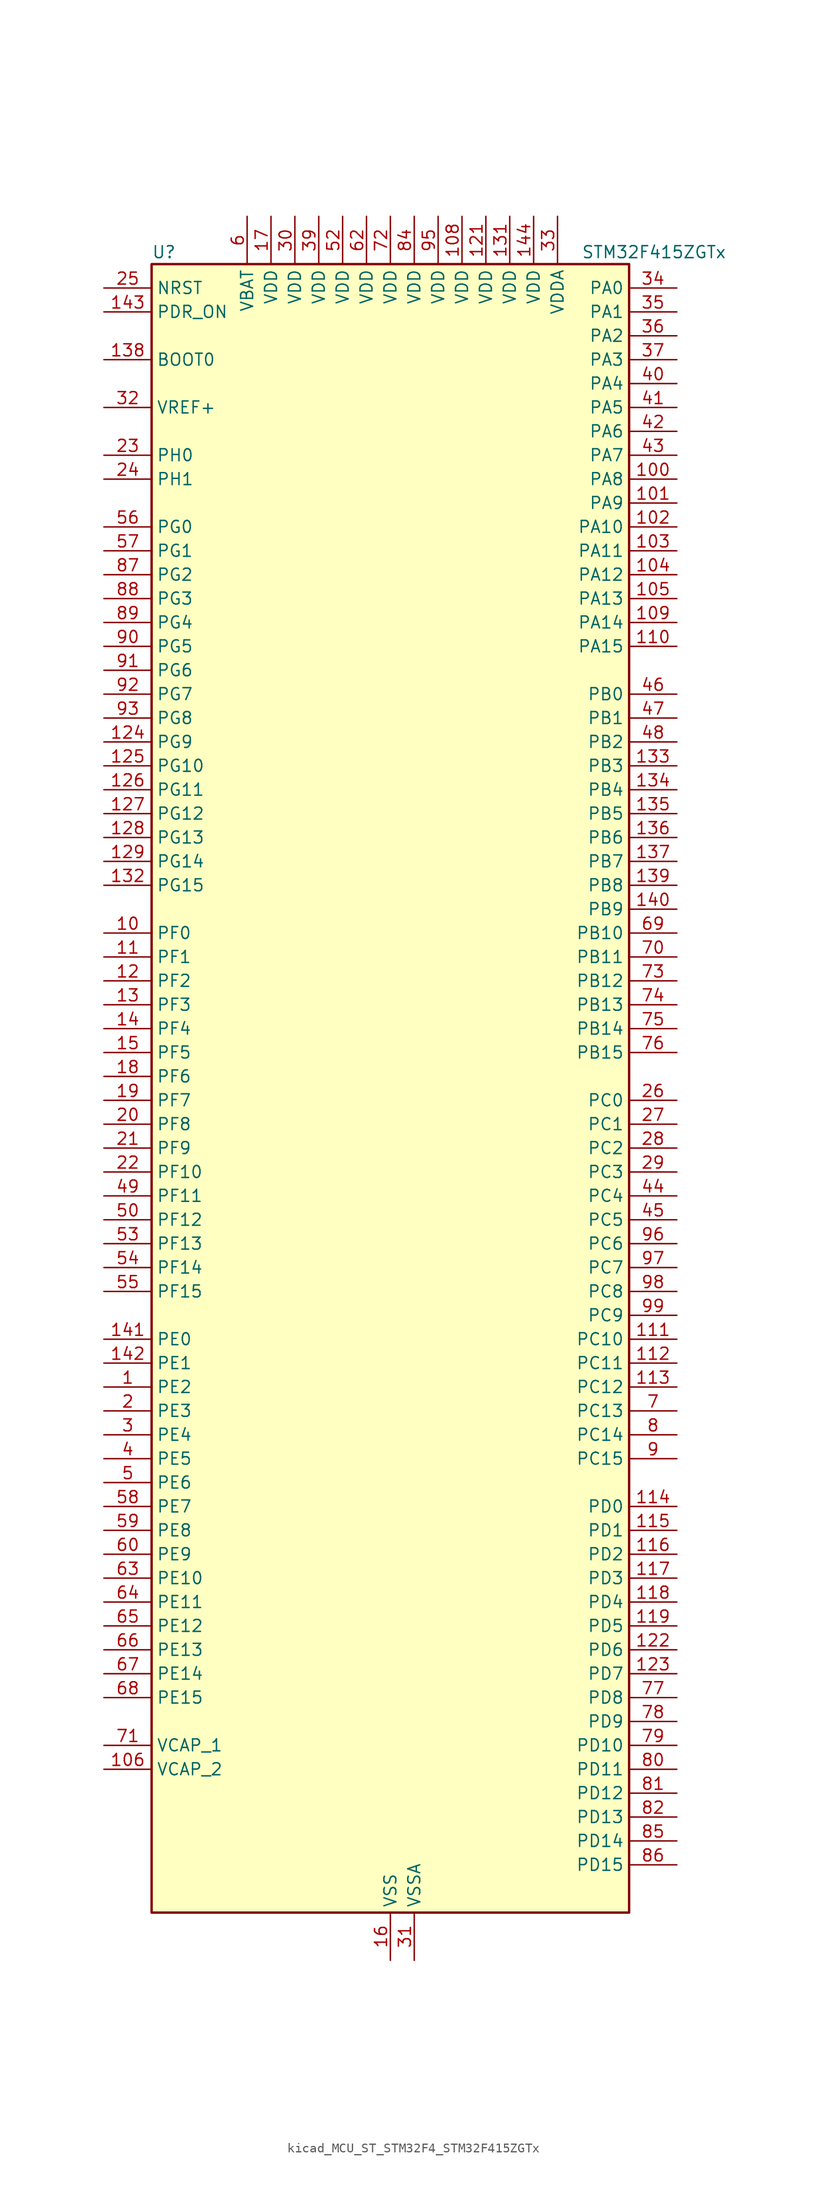
<source format=kicad_sym>
(kicad_symbol_lib
  (version 20220914)
  (generator kicad_symbol_editor)
  (symbol "kicad_MCU_ST_STM32F4_STM32F415ZGTx"
    (property "Reference" "U"
      (at -25.4 90.17 0)
      (effects (font (size 1.27 1.27)) (justify left)))
    (property "Value" "STM32F415ZGTx"
      (at 20.32 90.17 0)
      (effects (font (size 1.27 1.27)) (justify left)))
    (property "ki_locked" ""
      (at 0 0 0)
      (effects (font (size 1.27 1.27))))
    (symbol "kicad_MCU_ST_STM32F4_STM32F415ZGTx_0_1"
      (rectangle (start -25.4 -86.36) (end 25.4 88.9) (stroke (width 0.254) (type default)) (fill (type background))))
    (symbol "kicad_MCU_ST_STM32F4_STM32F415ZGTx_1_1"
      (pin bidirectional line (at -30.48 -30.48 0) (length 5.08) (name "PE2" (effects (font (size 1.27 1.27)))) (number "1" (effects (font (size 1.27 1.27)))) (alternate "FSMC_A23" bidirectional line) (alternate "SYS_TRACECLK" bidirectional line))
      (pin bidirectional line (at -30.48 17.78 0) (length 5.08) (name "PF0" (effects (font (size 1.27 1.27)))) (number "10" (effects (font (size 1.27 1.27)))) (alternate "FSMC_A0" bidirectional line) (alternate "I2C2_SDA" bidirectional line))
      (pin bidirectional line (at 30.48 66.04 180) (length 5.08) (name "PA8" (effects (font (size 1.27 1.27)))) (number "100" (effects (font (size 1.27 1.27)))) (alternate "I2C3_SCL" bidirectional line) (alternate "RCC_MCO_1" bidirectional line) (alternate "TIM1_CH1" bidirectional line) (alternate "USART1_CK" bidirectional line) (alternate "USB_OTG_FS_SOF" bidirectional line))
      (pin bidirectional line (at 30.48 63.5 180) (length 5.08) (name "PA9" (effects (font (size 1.27 1.27)))) (number "101" (effects (font (size 1.27 1.27)))) (alternate "DAC_EXTI9" bidirectional line) (alternate "I2C3_SMBA" bidirectional line) (alternate "TIM1_CH2" bidirectional line) (alternate "USART1_TX" bidirectional line) (alternate "USB_OTG_FS_VBUS" bidirectional line))
      (pin bidirectional line (at 30.48 60.96 180) (length 5.08) (name "PA10" (effects (font (size 1.27 1.27)))) (number "102" (effects (font (size 1.27 1.27)))) (alternate "TIM1_CH3" bidirectional line) (alternate "USART1_RX" bidirectional line) (alternate "USB_OTG_FS_ID" bidirectional line))
      (pin bidirectional line (at 30.48 58.42 180) (length 5.08) (name "PA11" (effects (font (size 1.27 1.27)))) (number "103" (effects (font (size 1.27 1.27)))) (alternate "ADC1_EXTI11" bidirectional line) (alternate "ADC2_EXTI11" bidirectional line) (alternate "ADC3_EXTI11" bidirectional line) (alternate "CAN1_RX" bidirectional line) (alternate "TIM1_CH4" bidirectional line) (alternate "USART1_CTS" bidirectional line) (alternate "USB_OTG_FS_DM" bidirectional line))
      (pin bidirectional line (at 30.48 55.88 180) (length 5.08) (name "PA12" (effects (font (size 1.27 1.27)))) (number "104" (effects (font (size 1.27 1.27)))) (alternate "CAN1_TX" bidirectional line) (alternate "TIM1_ETR" bidirectional line) (alternate "USART1_RTS" bidirectional line) (alternate "USB_OTG_FS_DP" bidirectional line))
      (pin bidirectional line (at 30.48 53.34 180) (length 5.08) (name "PA13" (effects (font (size 1.27 1.27)))) (number "105" (effects (font (size 1.27 1.27)))) (alternate "SYS_JTMS-SWDIO" bidirectional line))
      (pin power_out line (at -30.48 -71.12 0) (length 5.08) (name "VCAP_2" (effects (font (size 1.27 1.27)))) (number "106" (effects (font (size 1.27 1.27)))))
      (pin passive line (at 0 -91.44 90) (length 5.08) hide (name "VSS" (effects (font (size 1.27 1.27)))) (number "107" (effects (font (size 1.27 1.27)))))
      (pin power_in line (at 7.62 93.98 270) (length 5.08) (name "VDD" (effects (font (size 1.27 1.27)))) (number "108" (effects (font (size 1.27 1.27)))))
      (pin bidirectional line (at 30.48 50.8 180) (length 5.08) (name "PA14" (effects (font (size 1.27 1.27)))) (number "109" (effects (font (size 1.27 1.27)))) (alternate "SYS_JTCK-SWCLK" bidirectional line))
      (pin bidirectional line (at -30.48 15.24 0) (length 5.08) (name "PF1" (effects (font (size 1.27 1.27)))) (number "11" (effects (font (size 1.27 1.27)))) (alternate "FSMC_A1" bidirectional line) (alternate "I2C2_SCL" bidirectional line))
      (pin bidirectional line (at 30.48 48.26 180) (length 5.08) (name "PA15" (effects (font (size 1.27 1.27)))) (number "110" (effects (font (size 1.27 1.27)))) (alternate "ADC1_EXTI15" bidirectional line) (alternate "ADC2_EXTI15" bidirectional line) (alternate "ADC3_EXTI15" bidirectional line) (alternate "I2S3_WS" bidirectional line) (alternate "SPI1_NSS" bidirectional line) (alternate "SPI3_NSS" bidirectional line) (alternate "SYS_JTDI" bidirectional line) (alternate "TIM2_CH1" bidirectional line) (alternate "TIM2_ETR" bidirectional line))
      (pin bidirectional line (at 30.48 -25.4 180) (length 5.08) (name "PC10" (effects (font (size 1.27 1.27)))) (number "111" (effects (font (size 1.27 1.27)))) (alternate "I2S3_CK" bidirectional line) (alternate "SDIO_D2" bidirectional line) (alternate "SPI3_SCK" bidirectional line) (alternate "UART4_TX" bidirectional line) (alternate "USART3_TX" bidirectional line))
      (pin bidirectional line (at 30.48 -27.94 180) (length 5.08) (name "PC11" (effects (font (size 1.27 1.27)))) (number "112" (effects (font (size 1.27 1.27)))) (alternate "ADC1_EXTI11" bidirectional line) (alternate "ADC2_EXTI11" bidirectional line) (alternate "ADC3_EXTI11" bidirectional line) (alternate "I2S3_ext_SD" bidirectional line) (alternate "SDIO_D3" bidirectional line) (alternate "SPI3_MISO" bidirectional line) (alternate "UART4_RX" bidirectional line) (alternate "USART3_RX" bidirectional line))
      (pin bidirectional line (at 30.48 -30.48 180) (length 5.08) (name "PC12" (effects (font (size 1.27 1.27)))) (number "113" (effects (font (size 1.27 1.27)))) (alternate "I2S3_SD" bidirectional line) (alternate "SDIO_CK" bidirectional line) (alternate "SPI3_MOSI" bidirectional line) (alternate "UART5_TX" bidirectional line) (alternate "USART3_CK" bidirectional line))
      (pin bidirectional line (at 30.48 -43.18 180) (length 5.08) (name "PD0" (effects (font (size 1.27 1.27)))) (number "114" (effects (font (size 1.27 1.27)))) (alternate "CAN1_RX" bidirectional line) (alternate "FSMC_D2" bidirectional line) (alternate "FSMC_DA2" bidirectional line))
      (pin bidirectional line (at 30.48 -45.72 180) (length 5.08) (name "PD1" (effects (font (size 1.27 1.27)))) (number "115" (effects (font (size 1.27 1.27)))) (alternate "CAN1_TX" bidirectional line) (alternate "FSMC_D3" bidirectional line) (alternate "FSMC_DA3" bidirectional line))
      (pin bidirectional line (at 30.48 -48.26 180) (length 5.08) (name "PD2" (effects (font (size 1.27 1.27)))) (number "116" (effects (font (size 1.27 1.27)))) (alternate "SDIO_CMD" bidirectional line) (alternate "TIM3_ETR" bidirectional line) (alternate "UART5_RX" bidirectional line))
      (pin bidirectional line (at 30.48 -50.8 180) (length 5.08) (name "PD3" (effects (font (size 1.27 1.27)))) (number "117" (effects (font (size 1.27 1.27)))) (alternate "FSMC_CLK" bidirectional line) (alternate "USART2_CTS" bidirectional line))
      (pin bidirectional line (at 30.48 -53.34 180) (length 5.08) (name "PD4" (effects (font (size 1.27 1.27)))) (number "118" (effects (font (size 1.27 1.27)))) (alternate "FSMC_NOE" bidirectional line) (alternate "USART2_RTS" bidirectional line))
      (pin bidirectional line (at 30.48 -55.88 180) (length 5.08) (name "PD5" (effects (font (size 1.27 1.27)))) (number "119" (effects (font (size 1.27 1.27)))) (alternate "FSMC_NWE" bidirectional line) (alternate "USART2_TX" bidirectional line))
      (pin bidirectional line (at -30.48 12.7 0) (length 5.08) (name "PF2" (effects (font (size 1.27 1.27)))) (number "12" (effects (font (size 1.27 1.27)))) (alternate "FSMC_A2" bidirectional line) (alternate "I2C2_SMBA" bidirectional line))
      (pin passive line (at 0 -91.44 90) (length 5.08) hide (name "VSS" (effects (font (size 1.27 1.27)))) (number "120" (effects (font (size 1.27 1.27)))))
      (pin power_in line (at 10.16 93.98 270) (length 5.08) (name "VDD" (effects (font (size 1.27 1.27)))) (number "121" (effects (font (size 1.27 1.27)))))
      (pin bidirectional line (at 30.48 -58.42 180) (length 5.08) (name "PD6" (effects (font (size 1.27 1.27)))) (number "122" (effects (font (size 1.27 1.27)))) (alternate "FSMC_NWAIT" bidirectional line) (alternate "USART2_RX" bidirectional line))
      (pin bidirectional line (at 30.48 -60.96 180) (length 5.08) (name "PD7" (effects (font (size 1.27 1.27)))) (number "123" (effects (font (size 1.27 1.27)))) (alternate "FSMC_NCE2" bidirectional line) (alternate "FSMC_NE1" bidirectional line) (alternate "USART2_CK" bidirectional line))
      (pin bidirectional line (at -30.48 38.1 0) (length 5.08) (name "PG9" (effects (font (size 1.27 1.27)))) (number "124" (effects (font (size 1.27 1.27)))) (alternate "DAC_EXTI9" bidirectional line) (alternate "FSMC_NCE3" bidirectional line) (alternate "FSMC_NE2" bidirectional line) (alternate "USART6_RX" bidirectional line))
      (pin bidirectional line (at -30.48 35.56 0) (length 5.08) (name "PG10" (effects (font (size 1.27 1.27)))) (number "125" (effects (font (size 1.27 1.27)))) (alternate "FSMC_NCE4_1" bidirectional line) (alternate "FSMC_NE3" bidirectional line))
      (pin bidirectional line (at -30.48 33.02 0) (length 5.08) (name "PG11" (effects (font (size 1.27 1.27)))) (number "126" (effects (font (size 1.27 1.27)))) (alternate "ADC1_EXTI11" bidirectional line) (alternate "ADC2_EXTI11" bidirectional line) (alternate "ADC3_EXTI11" bidirectional line) (alternate "FSMC_NCE4_2" bidirectional line))
      (pin bidirectional line (at -30.48 30.48 0) (length 5.08) (name "PG12" (effects (font (size 1.27 1.27)))) (number "127" (effects (font (size 1.27 1.27)))) (alternate "FSMC_NE4" bidirectional line) (alternate "USART6_RTS" bidirectional line))
      (pin bidirectional line (at -30.48 27.94 0) (length 5.08) (name "PG13" (effects (font (size 1.27 1.27)))) (number "128" (effects (font (size 1.27 1.27)))) (alternate "FSMC_A24" bidirectional line) (alternate "USART6_CTS" bidirectional line))
      (pin bidirectional line (at -30.48 25.4 0) (length 5.08) (name "PG14" (effects (font (size 1.27 1.27)))) (number "129" (effects (font (size 1.27 1.27)))) (alternate "FSMC_A25" bidirectional line) (alternate "USART6_TX" bidirectional line))
      (pin bidirectional line (at -30.48 10.16 0) (length 5.08) (name "PF3" (effects (font (size 1.27 1.27)))) (number "13" (effects (font (size 1.27 1.27)))) (alternate "ADC3_IN9" bidirectional line) (alternate "FSMC_A3" bidirectional line))
      (pin passive line (at 0 -91.44 90) (length 5.08) hide (name "VSS" (effects (font (size 1.27 1.27)))) (number "130" (effects (font (size 1.27 1.27)))))
      (pin power_in line (at 12.7 93.98 270) (length 5.08) (name "VDD" (effects (font (size 1.27 1.27)))) (number "131" (effects (font (size 1.27 1.27)))))
      (pin bidirectional line (at -30.48 22.86 0) (length 5.08) (name "PG15" (effects (font (size 1.27 1.27)))) (number "132" (effects (font (size 1.27 1.27)))) (alternate "ADC1_EXTI15" bidirectional line) (alternate "ADC2_EXTI15" bidirectional line) (alternate "ADC3_EXTI15" bidirectional line) (alternate "USART6_CTS" bidirectional line))
      (pin bidirectional line (at 30.48 35.56 180) (length 5.08) (name "PB3" (effects (font (size 1.27 1.27)))) (number "133" (effects (font (size 1.27 1.27)))) (alternate "I2S3_CK" bidirectional line) (alternate "SPI1_SCK" bidirectional line) (alternate "SPI3_SCK" bidirectional line) (alternate "SYS_JTDO-SWO" bidirectional line) (alternate "TIM2_CH2" bidirectional line))
      (pin bidirectional line (at 30.48 33.02 180) (length 5.08) (name "PB4" (effects (font (size 1.27 1.27)))) (number "134" (effects (font (size 1.27 1.27)))) (alternate "I2S3_ext_SD" bidirectional line) (alternate "SPI1_MISO" bidirectional line) (alternate "SPI3_MISO" bidirectional line) (alternate "SYS_JTRST" bidirectional line) (alternate "TIM3_CH1" bidirectional line))
      (pin bidirectional line (at 30.48 30.48 180) (length 5.08) (name "PB5" (effects (font (size 1.27 1.27)))) (number "135" (effects (font (size 1.27 1.27)))) (alternate "CAN2_RX" bidirectional line) (alternate "I2C1_SMBA" bidirectional line) (alternate "I2S3_SD" bidirectional line) (alternate "SPI1_MOSI" bidirectional line) (alternate "SPI3_MOSI" bidirectional line) (alternate "TIM3_CH2" bidirectional line) (alternate "USB_OTG_HS_ULPI_D7" bidirectional line))
      (pin bidirectional line (at 30.48 27.94 180) (length 5.08) (name "PB6" (effects (font (size 1.27 1.27)))) (number "136" (effects (font (size 1.27 1.27)))) (alternate "CAN2_TX" bidirectional line) (alternate "I2C1_SCL" bidirectional line) (alternate "TIM4_CH1" bidirectional line) (alternate "USART1_TX" bidirectional line))
      (pin bidirectional line (at 30.48 25.4 180) (length 5.08) (name "PB7" (effects (font (size 1.27 1.27)))) (number "137" (effects (font (size 1.27 1.27)))) (alternate "FSMC_NL" bidirectional line) (alternate "I2C1_SDA" bidirectional line) (alternate "TIM4_CH2" bidirectional line) (alternate "USART1_RX" bidirectional line))
      (pin input line (at -30.48 78.74 0) (length 5.08) (name "BOOT0" (effects (font (size 1.27 1.27)))) (number "138" (effects (font (size 1.27 1.27)))))
      (pin bidirectional line (at 30.48 22.86 180) (length 5.08) (name "PB8" (effects (font (size 1.27 1.27)))) (number "139" (effects (font (size 1.27 1.27)))) (alternate "CAN1_RX" bidirectional line) (alternate "I2C1_SCL" bidirectional line) (alternate "SDIO_D4" bidirectional line) (alternate "TIM10_CH1" bidirectional line) (alternate "TIM4_CH3" bidirectional line))
      (pin bidirectional line (at -30.48 7.62 0) (length 5.08) (name "PF4" (effects (font (size 1.27 1.27)))) (number "14" (effects (font (size 1.27 1.27)))) (alternate "ADC3_IN14" bidirectional line) (alternate "FSMC_A4" bidirectional line))
      (pin bidirectional line (at 30.48 20.32 180) (length 5.08) (name "PB9" (effects (font (size 1.27 1.27)))) (number "140" (effects (font (size 1.27 1.27)))) (alternate "CAN1_TX" bidirectional line) (alternate "DAC_EXTI9" bidirectional line) (alternate "I2C1_SDA" bidirectional line) (alternate "I2S2_WS" bidirectional line) (alternate "SDIO_D5" bidirectional line) (alternate "SPI2_NSS" bidirectional line) (alternate "TIM11_CH1" bidirectional line) (alternate "TIM4_CH4" bidirectional line))
      (pin bidirectional line (at -30.48 -25.4 0) (length 5.08) (name "PE0" (effects (font (size 1.27 1.27)))) (number "141" (effects (font (size 1.27 1.27)))) (alternate "FSMC_NBL0" bidirectional line) (alternate "TIM4_ETR" bidirectional line))
      (pin bidirectional line (at -30.48 -27.94 0) (length 5.08) (name "PE1" (effects (font (size 1.27 1.27)))) (number "142" (effects (font (size 1.27 1.27)))) (alternate "FSMC_NBL1" bidirectional line))
      (pin input line (at -30.48 83.82 0) (length 5.08) (name "PDR_ON" (effects (font (size 1.27 1.27)))) (number "143" (effects (font (size 1.27 1.27)))))
      (pin power_in line (at 15.24 93.98 270) (length 5.08) (name "VDD" (effects (font (size 1.27 1.27)))) (number "144" (effects (font (size 1.27 1.27)))))
      (pin bidirectional line (at -30.48 5.08 0) (length 5.08) (name "PF5" (effects (font (size 1.27 1.27)))) (number "15" (effects (font (size 1.27 1.27)))) (alternate "ADC3_IN15" bidirectional line) (alternate "FSMC_A5" bidirectional line))
      (pin power_in line (at 0 -91.44 90) (length 5.08) (name "VSS" (effects (font (size 1.27 1.27)))) (number "16" (effects (font (size 1.27 1.27)))))
      (pin power_in line (at -12.7 93.98 270) (length 5.08) (name "VDD" (effects (font (size 1.27 1.27)))) (number "17" (effects (font (size 1.27 1.27)))))
      (pin bidirectional line (at -30.48 2.54 0) (length 5.08) (name "PF6" (effects (font (size 1.27 1.27)))) (number "18" (effects (font (size 1.27 1.27)))) (alternate "ADC3_IN4" bidirectional line) (alternate "FSMC_NIORD" bidirectional line) (alternate "TIM10_CH1" bidirectional line))
      (pin bidirectional line (at -30.48 0 0) (length 5.08) (name "PF7" (effects (font (size 1.27 1.27)))) (number "19" (effects (font (size 1.27 1.27)))) (alternate "ADC3_IN5" bidirectional line) (alternate "FSMC_NREG" bidirectional line) (alternate "TIM11_CH1" bidirectional line))
      (pin bidirectional line (at -30.48 -33.02 0) (length 5.08) (name "PE3" (effects (font (size 1.27 1.27)))) (number "2" (effects (font (size 1.27 1.27)))) (alternate "FSMC_A19" bidirectional line) (alternate "SYS_TRACED0" bidirectional line))
      (pin bidirectional line (at -30.48 -2.54 0) (length 5.08) (name "PF8" (effects (font (size 1.27 1.27)))) (number "20" (effects (font (size 1.27 1.27)))) (alternate "ADC3_IN6" bidirectional line) (alternate "FSMC_NIOWR" bidirectional line) (alternate "TIM13_CH1" bidirectional line))
      (pin bidirectional line (at -30.48 -5.08 0) (length 5.08) (name "PF9" (effects (font (size 1.27 1.27)))) (number "21" (effects (font (size 1.27 1.27)))) (alternate "ADC3_IN7" bidirectional line) (alternate "DAC_EXTI9" bidirectional line) (alternate "FSMC_CD" bidirectional line) (alternate "TIM14_CH1" bidirectional line))
      (pin bidirectional line (at -30.48 -7.62 0) (length 5.08) (name "PF10" (effects (font (size 1.27 1.27)))) (number "22" (effects (font (size 1.27 1.27)))) (alternate "ADC3_IN8" bidirectional line) (alternate "FSMC_INTR" bidirectional line))
      (pin bidirectional line (at -30.48 68.58 0) (length 5.08) (name "PH0" (effects (font (size 1.27 1.27)))) (number "23" (effects (font (size 1.27 1.27)))) (alternate "RCC_OSC_IN" bidirectional line))
      (pin bidirectional line (at -30.48 66.04 0) (length 5.08) (name "PH1" (effects (font (size 1.27 1.27)))) (number "24" (effects (font (size 1.27 1.27)))) (alternate "RCC_OSC_OUT" bidirectional line))
      (pin input line (at -30.48 86.36 0) (length 5.08) (name "NRST" (effects (font (size 1.27 1.27)))) (number "25" (effects (font (size 1.27 1.27)))))
      (pin bidirectional line (at 30.48 0 180) (length 5.08) (name "PC0" (effects (font (size 1.27 1.27)))) (number "26" (effects (font (size 1.27 1.27)))) (alternate "ADC1_IN10" bidirectional line) (alternate "ADC2_IN10" bidirectional line) (alternate "ADC3_IN10" bidirectional line) (alternate "USB_OTG_HS_ULPI_STP" bidirectional line))
      (pin bidirectional line (at 30.48 -2.54 180) (length 5.08) (name "PC1" (effects (font (size 1.27 1.27)))) (number "27" (effects (font (size 1.27 1.27)))) (alternate "ADC1_IN11" bidirectional line) (alternate "ADC2_IN11" bidirectional line) (alternate "ADC3_IN11" bidirectional line))
      (pin bidirectional line (at 30.48 -5.08 180) (length 5.08) (name "PC2" (effects (font (size 1.27 1.27)))) (number "28" (effects (font (size 1.27 1.27)))) (alternate "ADC1_IN12" bidirectional line) (alternate "ADC2_IN12" bidirectional line) (alternate "ADC3_IN12" bidirectional line) (alternate "I2S2_ext_SD" bidirectional line) (alternate "SPI2_MISO" bidirectional line) (alternate "USB_OTG_HS_ULPI_DIR" bidirectional line))
      (pin bidirectional line (at 30.48 -7.62 180) (length 5.08) (name "PC3" (effects (font (size 1.27 1.27)))) (number "29" (effects (font (size 1.27 1.27)))) (alternate "ADC1_IN13" bidirectional line) (alternate "ADC2_IN13" bidirectional line) (alternate "ADC3_IN13" bidirectional line) (alternate "I2S2_SD" bidirectional line) (alternate "SPI2_MOSI" bidirectional line) (alternate "USB_OTG_HS_ULPI_NXT" bidirectional line))
      (pin bidirectional line (at -30.48 -35.56 0) (length 5.08) (name "PE4" (effects (font (size 1.27 1.27)))) (number "3" (effects (font (size 1.27 1.27)))) (alternate "FSMC_A20" bidirectional line) (alternate "SYS_TRACED1" bidirectional line))
      (pin power_in line (at -10.16 93.98 270) (length 5.08) (name "VDD" (effects (font (size 1.27 1.27)))) (number "30" (effects (font (size 1.27 1.27)))))
      (pin power_in line (at 2.54 -91.44 90) (length 5.08) (name "VSSA" (effects (font (size 1.27 1.27)))) (number "31" (effects (font (size 1.27 1.27)))))
      (pin input line (at -30.48 73.66 0) (length 5.08) (name "VREF+" (effects (font (size 1.27 1.27)))) (number "32" (effects (font (size 1.27 1.27)))))
      (pin power_in line (at 17.78 93.98 270) (length 5.08) (name "VDDA" (effects (font (size 1.27 1.27)))) (number "33" (effects (font (size 1.27 1.27)))))
      (pin bidirectional line (at 30.48 86.36 180) (length 5.08) (name "PA0" (effects (font (size 1.27 1.27)))) (number "34" (effects (font (size 1.27 1.27)))) (alternate "ADC1_IN0" bidirectional line) (alternate "ADC2_IN0" bidirectional line) (alternate "ADC3_IN0" bidirectional line) (alternate "SYS_WKUP" bidirectional line) (alternate "TIM2_CH1" bidirectional line) (alternate "TIM2_ETR" bidirectional line) (alternate "TIM5_CH1" bidirectional line) (alternate "TIM8_ETR" bidirectional line) (alternate "UART4_TX" bidirectional line) (alternate "USART2_CTS" bidirectional line))
      (pin bidirectional line (at 30.48 83.82 180) (length 5.08) (name "PA1" (effects (font (size 1.27 1.27)))) (number "35" (effects (font (size 1.27 1.27)))) (alternate "ADC1_IN1" bidirectional line) (alternate "ADC2_IN1" bidirectional line) (alternate "ADC3_IN1" bidirectional line) (alternate "TIM2_CH2" bidirectional line) (alternate "TIM5_CH2" bidirectional line) (alternate "UART4_RX" bidirectional line) (alternate "USART2_RTS" bidirectional line))
      (pin bidirectional line (at 30.48 81.28 180) (length 5.08) (name "PA2" (effects (font (size 1.27 1.27)))) (number "36" (effects (font (size 1.27 1.27)))) (alternate "ADC1_IN2" bidirectional line) (alternate "ADC2_IN2" bidirectional line) (alternate "ADC3_IN2" bidirectional line) (alternate "TIM2_CH3" bidirectional line) (alternate "TIM5_CH3" bidirectional line) (alternate "TIM9_CH1" bidirectional line) (alternate "USART2_TX" bidirectional line))
      (pin bidirectional line (at 30.48 78.74 180) (length 5.08) (name "PA3" (effects (font (size 1.27 1.27)))) (number "37" (effects (font (size 1.27 1.27)))) (alternate "ADC1_IN3" bidirectional line) (alternate "ADC2_IN3" bidirectional line) (alternate "ADC3_IN3" bidirectional line) (alternate "TIM2_CH4" bidirectional line) (alternate "TIM5_CH4" bidirectional line) (alternate "TIM9_CH2" bidirectional line) (alternate "USART2_RX" bidirectional line) (alternate "USB_OTG_HS_ULPI_D0" bidirectional line))
      (pin passive line (at 0 -91.44 90) (length 5.08) hide (name "VSS" (effects (font (size 1.27 1.27)))) (number "38" (effects (font (size 1.27 1.27)))))
      (pin power_in line (at -7.62 93.98 270) (length 5.08) (name "VDD" (effects (font (size 1.27 1.27)))) (number "39" (effects (font (size 1.27 1.27)))))
      (pin bidirectional line (at -30.48 -38.1 0) (length 5.08) (name "PE5" (effects (font (size 1.27 1.27)))) (number "4" (effects (font (size 1.27 1.27)))) (alternate "FSMC_A21" bidirectional line) (alternate "SYS_TRACED2" bidirectional line) (alternate "TIM9_CH1" bidirectional line))
      (pin bidirectional line (at 30.48 76.2 180) (length 5.08) (name "PA4" (effects (font (size 1.27 1.27)))) (number "40" (effects (font (size 1.27 1.27)))) (alternate "ADC1_IN4" bidirectional line) (alternate "ADC2_IN4" bidirectional line) (alternate "DAC_OUT1" bidirectional line) (alternate "I2S3_WS" bidirectional line) (alternate "SPI1_NSS" bidirectional line) (alternate "SPI3_NSS" bidirectional line) (alternate "USART2_CK" bidirectional line) (alternate "USB_OTG_HS_SOF" bidirectional line))
      (pin bidirectional line (at 30.48 73.66 180) (length 5.08) (name "PA5" (effects (font (size 1.27 1.27)))) (number "41" (effects (font (size 1.27 1.27)))) (alternate "ADC1_IN5" bidirectional line) (alternate "ADC2_IN5" bidirectional line) (alternate "DAC_OUT2" bidirectional line) (alternate "SPI1_SCK" bidirectional line) (alternate "TIM2_CH1" bidirectional line) (alternate "TIM2_ETR" bidirectional line) (alternate "TIM8_CH1N" bidirectional line) (alternate "USB_OTG_HS_ULPI_CK" bidirectional line))
      (pin bidirectional line (at 30.48 71.12 180) (length 5.08) (name "PA6" (effects (font (size 1.27 1.27)))) (number "42" (effects (font (size 1.27 1.27)))) (alternate "ADC1_IN6" bidirectional line) (alternate "ADC2_IN6" bidirectional line) (alternate "SPI1_MISO" bidirectional line) (alternate "TIM13_CH1" bidirectional line) (alternate "TIM1_BKIN" bidirectional line) (alternate "TIM3_CH1" bidirectional line) (alternate "TIM8_BKIN" bidirectional line))
      (pin bidirectional line (at 30.48 68.58 180) (length 5.08) (name "PA7" (effects (font (size 1.27 1.27)))) (number "43" (effects (font (size 1.27 1.27)))) (alternate "ADC1_IN7" bidirectional line) (alternate "ADC2_IN7" bidirectional line) (alternate "SPI1_MOSI" bidirectional line) (alternate "TIM14_CH1" bidirectional line) (alternate "TIM1_CH1N" bidirectional line) (alternate "TIM3_CH2" bidirectional line) (alternate "TIM8_CH1N" bidirectional line))
      (pin bidirectional line (at 30.48 -10.16 180) (length 5.08) (name "PC4" (effects (font (size 1.27 1.27)))) (number "44" (effects (font (size 1.27 1.27)))) (alternate "ADC1_IN14" bidirectional line) (alternate "ADC2_IN14" bidirectional line))
      (pin bidirectional line (at 30.48 -12.7 180) (length 5.08) (name "PC5" (effects (font (size 1.27 1.27)))) (number "45" (effects (font (size 1.27 1.27)))) (alternate "ADC1_IN15" bidirectional line) (alternate "ADC2_IN15" bidirectional line))
      (pin bidirectional line (at 30.48 43.18 180) (length 5.08) (name "PB0" (effects (font (size 1.27 1.27)))) (number "46" (effects (font (size 1.27 1.27)))) (alternate "ADC1_IN8" bidirectional line) (alternate "ADC2_IN8" bidirectional line) (alternate "TIM1_CH2N" bidirectional line) (alternate "TIM3_CH3" bidirectional line) (alternate "TIM8_CH2N" bidirectional line) (alternate "USB_OTG_HS_ULPI_D1" bidirectional line))
      (pin bidirectional line (at 30.48 40.64 180) (length 5.08) (name "PB1" (effects (font (size 1.27 1.27)))) (number "47" (effects (font (size 1.27 1.27)))) (alternate "ADC1_IN9" bidirectional line) (alternate "ADC2_IN9" bidirectional line) (alternate "TIM1_CH3N" bidirectional line) (alternate "TIM3_CH4" bidirectional line) (alternate "TIM8_CH3N" bidirectional line) (alternate "USB_OTG_HS_ULPI_D2" bidirectional line))
      (pin bidirectional line (at 30.48 38.1 180) (length 5.08) (name "PB2" (effects (font (size 1.27 1.27)))) (number "48" (effects (font (size 1.27 1.27)))))
      (pin bidirectional line (at -30.48 -10.16 0) (length 5.08) (name "PF11" (effects (font (size 1.27 1.27)))) (number "49" (effects (font (size 1.27 1.27)))) (alternate "ADC1_EXTI11" bidirectional line) (alternate "ADC2_EXTI11" bidirectional line) (alternate "ADC3_EXTI11" bidirectional line))
      (pin bidirectional line (at -30.48 -40.64 0) (length 5.08) (name "PE6" (effects (font (size 1.27 1.27)))) (number "5" (effects (font (size 1.27 1.27)))) (alternate "FSMC_A22" bidirectional line) (alternate "SYS_TRACED3" bidirectional line) (alternate "TIM9_CH2" bidirectional line))
      (pin bidirectional line (at -30.48 -12.7 0) (length 5.08) (name "PF12" (effects (font (size 1.27 1.27)))) (number "50" (effects (font (size 1.27 1.27)))) (alternate "FSMC_A6" bidirectional line))
      (pin passive line (at 0 -91.44 90) (length 5.08) hide (name "VSS" (effects (font (size 1.27 1.27)))) (number "51" (effects (font (size 1.27 1.27)))))
      (pin power_in line (at -5.08 93.98 270) (length 5.08) (name "VDD" (effects (font (size 1.27 1.27)))) (number "52" (effects (font (size 1.27 1.27)))))
      (pin bidirectional line (at -30.48 -15.24 0) (length 5.08) (name "PF13" (effects (font (size 1.27 1.27)))) (number "53" (effects (font (size 1.27 1.27)))) (alternate "FSMC_A7" bidirectional line))
      (pin bidirectional line (at -30.48 -17.78 0) (length 5.08) (name "PF14" (effects (font (size 1.27 1.27)))) (number "54" (effects (font (size 1.27 1.27)))) (alternate "FSMC_A8" bidirectional line))
      (pin bidirectional line (at -30.48 -20.32 0) (length 5.08) (name "PF15" (effects (font (size 1.27 1.27)))) (number "55" (effects (font (size 1.27 1.27)))) (alternate "ADC1_EXTI15" bidirectional line) (alternate "ADC2_EXTI15" bidirectional line) (alternate "ADC3_EXTI15" bidirectional line) (alternate "FSMC_A9" bidirectional line))
      (pin bidirectional line (at -30.48 60.96 0) (length 5.08) (name "PG0" (effects (font (size 1.27 1.27)))) (number "56" (effects (font (size 1.27 1.27)))) (alternate "FSMC_A10" bidirectional line))
      (pin bidirectional line (at -30.48 58.42 0) (length 5.08) (name "PG1" (effects (font (size 1.27 1.27)))) (number "57" (effects (font (size 1.27 1.27)))) (alternate "FSMC_A11" bidirectional line))
      (pin bidirectional line (at -30.48 -43.18 0) (length 5.08) (name "PE7" (effects (font (size 1.27 1.27)))) (number "58" (effects (font (size 1.27 1.27)))) (alternate "FSMC_D4" bidirectional line) (alternate "FSMC_DA4" bidirectional line) (alternate "TIM1_ETR" bidirectional line))
      (pin bidirectional line (at -30.48 -45.72 0) (length 5.08) (name "PE8" (effects (font (size 1.27 1.27)))) (number "59" (effects (font (size 1.27 1.27)))) (alternate "FSMC_D5" bidirectional line) (alternate "FSMC_DA5" bidirectional line) (alternate "TIM1_CH1N" bidirectional line))
      (pin power_in line (at -15.24 93.98 270) (length 5.08) (name "VBAT" (effects (font (size 1.27 1.27)))) (number "6" (effects (font (size 1.27 1.27)))))
      (pin bidirectional line (at -30.48 -48.26 0) (length 5.08) (name "PE9" (effects (font (size 1.27 1.27)))) (number "60" (effects (font (size 1.27 1.27)))) (alternate "DAC_EXTI9" bidirectional line) (alternate "FSMC_D6" bidirectional line) (alternate "FSMC_DA6" bidirectional line) (alternate "TIM1_CH1" bidirectional line))
      (pin passive line (at 0 -91.44 90) (length 5.08) hide (name "VSS" (effects (font (size 1.27 1.27)))) (number "61" (effects (font (size 1.27 1.27)))))
      (pin power_in line (at -2.54 93.98 270) (length 5.08) (name "VDD" (effects (font (size 1.27 1.27)))) (number "62" (effects (font (size 1.27 1.27)))))
      (pin bidirectional line (at -30.48 -50.8 0) (length 5.08) (name "PE10" (effects (font (size 1.27 1.27)))) (number "63" (effects (font (size 1.27 1.27)))) (alternate "FSMC_D7" bidirectional line) (alternate "FSMC_DA7" bidirectional line) (alternate "TIM1_CH2N" bidirectional line))
      (pin bidirectional line (at -30.48 -53.34 0) (length 5.08) (name "PE11" (effects (font (size 1.27 1.27)))) (number "64" (effects (font (size 1.27 1.27)))) (alternate "ADC1_EXTI11" bidirectional line) (alternate "ADC2_EXTI11" bidirectional line) (alternate "ADC3_EXTI11" bidirectional line) (alternate "FSMC_D8" bidirectional line) (alternate "FSMC_DA8" bidirectional line) (alternate "TIM1_CH2" bidirectional line))
      (pin bidirectional line (at -30.48 -55.88 0) (length 5.08) (name "PE12" (effects (font (size 1.27 1.27)))) (number "65" (effects (font (size 1.27 1.27)))) (alternate "FSMC_D9" bidirectional line) (alternate "FSMC_DA9" bidirectional line) (alternate "TIM1_CH3N" bidirectional line))
      (pin bidirectional line (at -30.48 -58.42 0) (length 5.08) (name "PE13" (effects (font (size 1.27 1.27)))) (number "66" (effects (font (size 1.27 1.27)))) (alternate "FSMC_D10" bidirectional line) (alternate "FSMC_DA10" bidirectional line) (alternate "TIM1_CH3" bidirectional line))
      (pin bidirectional line (at -30.48 -60.96 0) (length 5.08) (name "PE14" (effects (font (size 1.27 1.27)))) (number "67" (effects (font (size 1.27 1.27)))) (alternate "FSMC_D11" bidirectional line) (alternate "FSMC_DA11" bidirectional line) (alternate "TIM1_CH4" bidirectional line))
      (pin bidirectional line (at -30.48 -63.5 0) (length 5.08) (name "PE15" (effects (font (size 1.27 1.27)))) (number "68" (effects (font (size 1.27 1.27)))) (alternate "ADC1_EXTI15" bidirectional line) (alternate "ADC2_EXTI15" bidirectional line) (alternate "ADC3_EXTI15" bidirectional line) (alternate "FSMC_D12" bidirectional line) (alternate "FSMC_DA12" bidirectional line) (alternate "TIM1_BKIN" bidirectional line))
      (pin bidirectional line (at 30.48 17.78 180) (length 5.08) (name "PB10" (effects (font (size 1.27 1.27)))) (number "69" (effects (font (size 1.27 1.27)))) (alternate "I2C2_SCL" bidirectional line) (alternate "I2S2_CK" bidirectional line) (alternate "SPI2_SCK" bidirectional line) (alternate "TIM2_CH3" bidirectional line) (alternate "USART3_TX" bidirectional line) (alternate "USB_OTG_HS_ULPI_D3" bidirectional line))
      (pin bidirectional line (at 30.48 -33.02 180) (length 5.08) (name "PC13" (effects (font (size 1.27 1.27)))) (number "7" (effects (font (size 1.27 1.27)))) (alternate "RTC_AF1" bidirectional line))
      (pin bidirectional line (at 30.48 15.24 180) (length 5.08) (name "PB11" (effects (font (size 1.27 1.27)))) (number "70" (effects (font (size 1.27 1.27)))) (alternate "ADC1_EXTI11" bidirectional line) (alternate "ADC2_EXTI11" bidirectional line) (alternate "ADC3_EXTI11" bidirectional line) (alternate "I2C2_SDA" bidirectional line) (alternate "TIM2_CH4" bidirectional line) (alternate "USART3_RX" bidirectional line) (alternate "USB_OTG_HS_ULPI_D4" bidirectional line))
      (pin power_out line (at -30.48 -68.58 0) (length 5.08) (name "VCAP_1" (effects (font (size 1.27 1.27)))) (number "71" (effects (font (size 1.27 1.27)))))
      (pin power_in line (at 0 93.98 270) (length 5.08) (name "VDD" (effects (font (size 1.27 1.27)))) (number "72" (effects (font (size 1.27 1.27)))))
      (pin bidirectional line (at 30.48 12.7 180) (length 5.08) (name "PB12" (effects (font (size 1.27 1.27)))) (number "73" (effects (font (size 1.27 1.27)))) (alternate "CAN2_RX" bidirectional line) (alternate "I2C2_SMBA" bidirectional line) (alternate "I2S2_WS" bidirectional line) (alternate "SPI2_NSS" bidirectional line) (alternate "TIM1_BKIN" bidirectional line) (alternate "USART3_CK" bidirectional line) (alternate "USB_OTG_HS_ID" bidirectional line) (alternate "USB_OTG_HS_ULPI_D5" bidirectional line))
      (pin bidirectional line (at 30.48 10.16 180) (length 5.08) (name "PB13" (effects (font (size 1.27 1.27)))) (number "74" (effects (font (size 1.27 1.27)))) (alternate "CAN2_TX" bidirectional line) (alternate "I2S2_CK" bidirectional line) (alternate "SPI2_SCK" bidirectional line) (alternate "TIM1_CH1N" bidirectional line) (alternate "USART3_CTS" bidirectional line) (alternate "USB_OTG_HS_ULPI_D6" bidirectional line) (alternate "USB_OTG_HS_VBUS" bidirectional line))
      (pin bidirectional line (at 30.48 7.62 180) (length 5.08) (name "PB14" (effects (font (size 1.27 1.27)))) (number "75" (effects (font (size 1.27 1.27)))) (alternate "I2S2_ext_SD" bidirectional line) (alternate "SPI2_MISO" bidirectional line) (alternate "TIM12_CH1" bidirectional line) (alternate "TIM1_CH2N" bidirectional line) (alternate "TIM8_CH2N" bidirectional line) (alternate "USART3_RTS" bidirectional line) (alternate "USB_OTG_HS_DM" bidirectional line))
      (pin bidirectional line (at 30.48 5.08 180) (length 5.08) (name "PB15" (effects (font (size 1.27 1.27)))) (number "76" (effects (font (size 1.27 1.27)))) (alternate "ADC1_EXTI15" bidirectional line) (alternate "ADC2_EXTI15" bidirectional line) (alternate "ADC3_EXTI15" bidirectional line) (alternate "I2S2_SD" bidirectional line) (alternate "RTC_REFIN" bidirectional line) (alternate "SPI2_MOSI" bidirectional line) (alternate "TIM12_CH2" bidirectional line) (alternate "TIM1_CH3N" bidirectional line) (alternate "TIM8_CH3N" bidirectional line) (alternate "USB_OTG_HS_DP" bidirectional line))
      (pin bidirectional line (at 30.48 -63.5 180) (length 5.08) (name "PD8" (effects (font (size 1.27 1.27)))) (number "77" (effects (font (size 1.27 1.27)))) (alternate "FSMC_D13" bidirectional line) (alternate "FSMC_DA13" bidirectional line) (alternate "USART3_TX" bidirectional line))
      (pin bidirectional line (at 30.48 -66.04 180) (length 5.08) (name "PD9" (effects (font (size 1.27 1.27)))) (number "78" (effects (font (size 1.27 1.27)))) (alternate "DAC_EXTI9" bidirectional line) (alternate "FSMC_D14" bidirectional line) (alternate "FSMC_DA14" bidirectional line) (alternate "USART3_RX" bidirectional line))
      (pin bidirectional line (at 30.48 -68.58 180) (length 5.08) (name "PD10" (effects (font (size 1.27 1.27)))) (number "79" (effects (font (size 1.27 1.27)))) (alternate "FSMC_D15" bidirectional line) (alternate "FSMC_DA15" bidirectional line) (alternate "USART3_CK" bidirectional line))
      (pin bidirectional line (at 30.48 -35.56 180) (length 5.08) (name "PC14" (effects (font (size 1.27 1.27)))) (number "8" (effects (font (size 1.27 1.27)))) (alternate "RCC_OSC32_IN" bidirectional line))
      (pin bidirectional line (at 30.48 -71.12 180) (length 5.08) (name "PD11" (effects (font (size 1.27 1.27)))) (number "80" (effects (font (size 1.27 1.27)))) (alternate "ADC1_EXTI11" bidirectional line) (alternate "ADC2_EXTI11" bidirectional line) (alternate "ADC3_EXTI11" bidirectional line) (alternate "FSMC_A16" bidirectional line) (alternate "FSMC_CLE" bidirectional line) (alternate "USART3_CTS" bidirectional line))
      (pin bidirectional line (at 30.48 -73.66 180) (length 5.08) (name "PD12" (effects (font (size 1.27 1.27)))) (number "81" (effects (font (size 1.27 1.27)))) (alternate "FSMC_A17" bidirectional line) (alternate "FSMC_ALE" bidirectional line) (alternate "TIM4_CH1" bidirectional line) (alternate "USART3_RTS" bidirectional line))
      (pin bidirectional line (at 30.48 -76.2 180) (length 5.08) (name "PD13" (effects (font (size 1.27 1.27)))) (number "82" (effects (font (size 1.27 1.27)))) (alternate "FSMC_A18" bidirectional line) (alternate "TIM4_CH2" bidirectional line))
      (pin passive line (at 0 -91.44 90) (length 5.08) hide (name "VSS" (effects (font (size 1.27 1.27)))) (number "83" (effects (font (size 1.27 1.27)))))
      (pin power_in line (at 2.54 93.98 270) (length 5.08) (name "VDD" (effects (font (size 1.27 1.27)))) (number "84" (effects (font (size 1.27 1.27)))))
      (pin bidirectional line (at 30.48 -78.74 180) (length 5.08) (name "PD14" (effects (font (size 1.27 1.27)))) (number "85" (effects (font (size 1.27 1.27)))) (alternate "FSMC_D0" bidirectional line) (alternate "FSMC_DA0" bidirectional line) (alternate "TIM4_CH3" bidirectional line))
      (pin bidirectional line (at 30.48 -81.28 180) (length 5.08) (name "PD15" (effects (font (size 1.27 1.27)))) (number "86" (effects (font (size 1.27 1.27)))) (alternate "ADC1_EXTI15" bidirectional line) (alternate "ADC2_EXTI15" bidirectional line) (alternate "ADC3_EXTI15" bidirectional line) (alternate "FSMC_D1" bidirectional line) (alternate "FSMC_DA1" bidirectional line) (alternate "TIM4_CH4" bidirectional line))
      (pin bidirectional line (at -30.48 55.88 0) (length 5.08) (name "PG2" (effects (font (size 1.27 1.27)))) (number "87" (effects (font (size 1.27 1.27)))) (alternate "FSMC_A12" bidirectional line))
      (pin bidirectional line (at -30.48 53.34 0) (length 5.08) (name "PG3" (effects (font (size 1.27 1.27)))) (number "88" (effects (font (size 1.27 1.27)))) (alternate "FSMC_A13" bidirectional line))
      (pin bidirectional line (at -30.48 50.8 0) (length 5.08) (name "PG4" (effects (font (size 1.27 1.27)))) (number "89" (effects (font (size 1.27 1.27)))) (alternate "FSMC_A14" bidirectional line))
      (pin bidirectional line (at 30.48 -38.1 180) (length 5.08) (name "PC15" (effects (font (size 1.27 1.27)))) (number "9" (effects (font (size 1.27 1.27)))) (alternate "ADC1_EXTI15" bidirectional line) (alternate "ADC2_EXTI15" bidirectional line) (alternate "ADC3_EXTI15" bidirectional line) (alternate "RCC_OSC32_OUT" bidirectional line))
      (pin bidirectional line (at -30.48 48.26 0) (length 5.08) (name "PG5" (effects (font (size 1.27 1.27)))) (number "90" (effects (font (size 1.27 1.27)))) (alternate "FSMC_A15" bidirectional line))
      (pin bidirectional line (at -30.48 45.72 0) (length 5.08) (name "PG6" (effects (font (size 1.27 1.27)))) (number "91" (effects (font (size 1.27 1.27)))) (alternate "FSMC_INT2" bidirectional line))
      (pin bidirectional line (at -30.48 43.18 0) (length 5.08) (name "PG7" (effects (font (size 1.27 1.27)))) (number "92" (effects (font (size 1.27 1.27)))) (alternate "FSMC_INT3" bidirectional line) (alternate "USART6_CK" bidirectional line))
      (pin bidirectional line (at -30.48 40.64 0) (length 5.08) (name "PG8" (effects (font (size 1.27 1.27)))) (number "93" (effects (font (size 1.27 1.27)))) (alternate "USART6_RTS" bidirectional line))
      (pin passive line (at 0 -91.44 90) (length 5.08) hide (name "VSS" (effects (font (size 1.27 1.27)))) (number "94" (effects (font (size 1.27 1.27)))))
      (pin power_in line (at 5.08 93.98 270) (length 5.08) (name "VDD" (effects (font (size 1.27 1.27)))) (number "95" (effects (font (size 1.27 1.27)))))
      (pin bidirectional line (at 30.48 -15.24 180) (length 5.08) (name "PC6" (effects (font (size 1.27 1.27)))) (number "96" (effects (font (size 1.27 1.27)))) (alternate "I2S2_MCK" bidirectional line) (alternate "SDIO_D6" bidirectional line) (alternate "TIM3_CH1" bidirectional line) (alternate "TIM8_CH1" bidirectional line) (alternate "USART6_TX" bidirectional line))
      (pin bidirectional line (at 30.48 -17.78 180) (length 5.08) (name "PC7" (effects (font (size 1.27 1.27)))) (number "97" (effects (font (size 1.27 1.27)))) (alternate "I2S3_MCK" bidirectional line) (alternate "SDIO_D7" bidirectional line) (alternate "TIM3_CH2" bidirectional line) (alternate "TIM8_CH2" bidirectional line) (alternate "USART6_RX" bidirectional line))
      (pin bidirectional line (at 30.48 -20.32 180) (length 5.08) (name "PC8" (effects (font (size 1.27 1.27)))) (number "98" (effects (font (size 1.27 1.27)))) (alternate "SDIO_D0" bidirectional line) (alternate "TIM3_CH3" bidirectional line) (alternate "TIM8_CH3" bidirectional line) (alternate "USART6_CK" bidirectional line))
      (pin bidirectional line (at 30.48 -22.86 180) (length 5.08) (name "PC9" (effects (font (size 1.27 1.27)))) (number "99" (effects (font (size 1.27 1.27)))) (alternate "DAC_EXTI9" bidirectional line) (alternate "I2C3_SDA" bidirectional line) (alternate "I2S_CKIN" bidirectional line) (alternate "RCC_MCO_2" bidirectional line) (alternate "SDIO_D1" bidirectional line) (alternate "TIM3_CH4" bidirectional line) (alternate "TIM8_CH4" bidirectional line)))))
</source>
